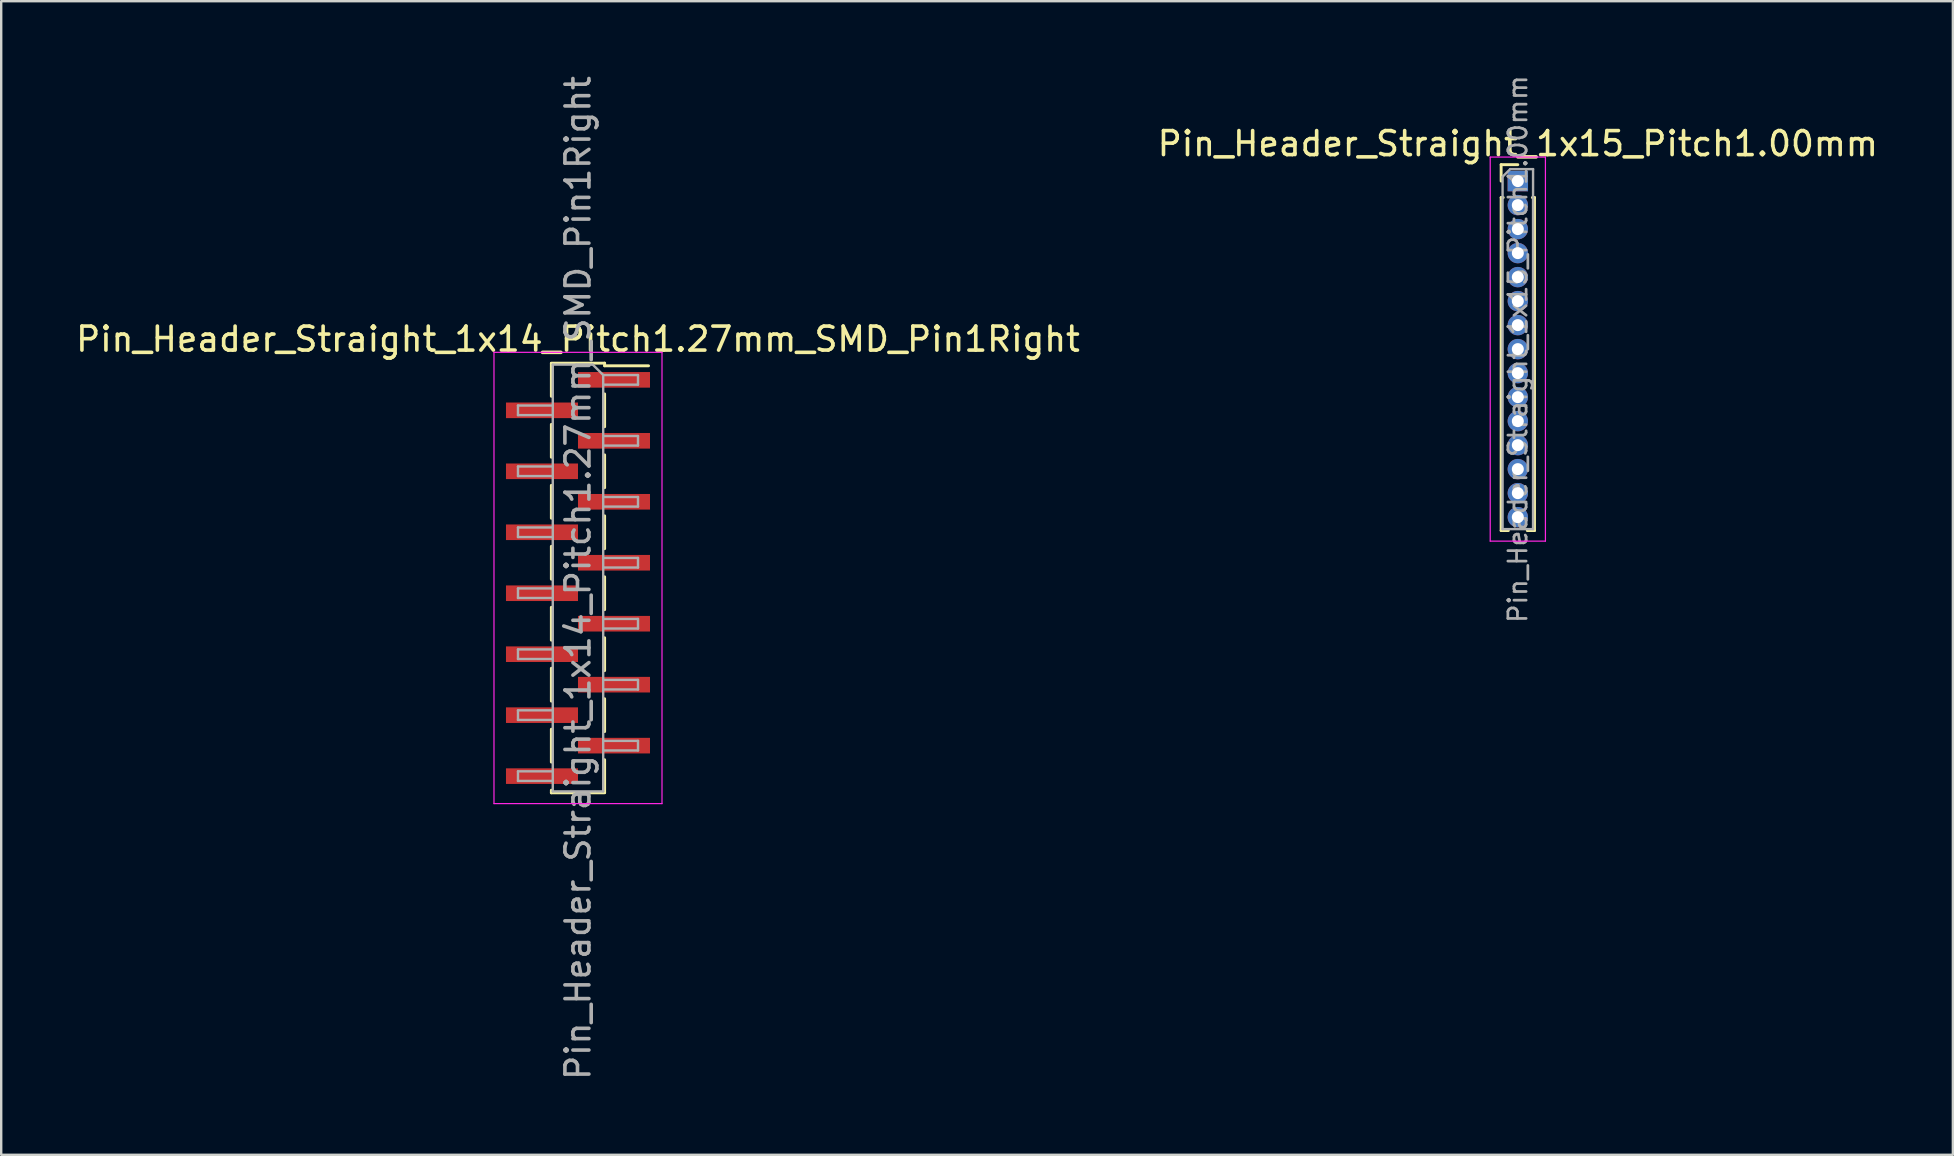
<source format=kicad_pcb>
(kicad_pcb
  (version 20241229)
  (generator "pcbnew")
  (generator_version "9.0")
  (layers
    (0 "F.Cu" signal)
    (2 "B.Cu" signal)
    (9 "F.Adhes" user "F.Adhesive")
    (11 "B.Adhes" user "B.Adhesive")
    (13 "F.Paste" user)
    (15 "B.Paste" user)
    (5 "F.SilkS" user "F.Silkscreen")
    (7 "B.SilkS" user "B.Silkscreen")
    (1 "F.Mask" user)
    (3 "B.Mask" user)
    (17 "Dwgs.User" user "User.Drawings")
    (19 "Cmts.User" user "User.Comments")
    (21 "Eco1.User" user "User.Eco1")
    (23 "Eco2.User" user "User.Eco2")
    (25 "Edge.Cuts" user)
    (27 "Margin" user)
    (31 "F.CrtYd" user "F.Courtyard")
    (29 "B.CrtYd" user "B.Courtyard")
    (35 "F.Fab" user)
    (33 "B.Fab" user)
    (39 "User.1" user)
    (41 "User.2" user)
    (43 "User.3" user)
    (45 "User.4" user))
  (footprint "Pin_Header_Straight_1x15_Pitch1.00mm"
    (layer "F.Cu")
    (at 60.185 4.495)
    (property "Reference" "Pin_Header_Straight_1x15_Pitch1.00mm" (at 0 -1.56 0) (layer "F.SilkS") (effects (font (size 1 1) (thickness 0.15))))
    (attr through_hole)
    (fp_line (start -0.695 -0.685) (end 0 -0.685) (stroke (width 0.12) (type solid)) (layer "F.SilkS"))
    (fp_line (start -0.695 0) (end -0.695 -0.685) (stroke (width 0.12) (type solid)) (layer "F.SilkS"))
    (fp_line (start -0.695 0.685) (end -0.695 14.56) (stroke (width 0.12) (type solid)) (layer "F.SilkS"))
    (fp_line (start -0.695 0.685) (end -0.608 0.685) (stroke (width 0.12) (type solid)) (layer "F.SilkS"))
    (fp_line (start -0.695 14.56) (end -0.394 14.56) (stroke (width 0.12) (type solid)) (layer "F.SilkS"))
    (fp_line (start 0.394 14.56) (end 0.695 14.56) (stroke (width 0.12) (type solid)) (layer "F.SilkS"))
    (fp_line (start 0.608 0.685) (end 0.695 0.685) (stroke (width 0.12) (type solid)) (layer "F.SilkS"))
    (fp_line (start 0.695 0.685) (end 0.695 14.56) (stroke (width 0.12) (type solid)) (layer "F.SilkS"))
    (fp_line (start -1.15 -1) (end -1.15 15) (stroke (width 0.05) (type solid)) (layer "F.CrtYd"))
    (fp_line (start -1.15 15) (end 1.15 15) (stroke (width 0.05) (type solid)) (layer "F.CrtYd"))
    (fp_line (start 1.15 -1) (end -1.15 -1) (stroke (width 0.05) (type solid)) (layer "F.CrtYd"))
    (fp_line (start 1.15 15) (end 1.15 -1) (stroke (width 0.05) (type solid)) (layer "F.CrtYd"))
    (fp_line (start -0.635 -0.182) (end -0.318 -0.5) (stroke (width 0.1) (type solid)) (layer "F.Fab"))
    (fp_line (start -0.635 14.5) (end -0.635 -0.182) (stroke (width 0.1) (type solid)) (layer "F.Fab"))
    (fp_line (start -0.318 -0.5) (end 0.635 -0.5) (stroke (width 0.1) (type solid)) (layer "F.Fab"))
    (fp_line (start 0.635 -0.5) (end 0.635 14.5) (stroke (width 0.1) (type solid)) (layer "F.Fab"))
    (fp_line (start 0.635 14.5) (end -0.635 14.5) (stroke (width 0.1) (type solid)) (layer "F.Fab"))
    (fp_text user "${REFERENCE}" (at 0 7 90) (layer "F.Fab") (effects (font (size 0.76 0.76) (thickness 0.114))))
    (pad "1" thru_hole rect (at 0 0) (size 0.85 0.85) (drill 0.5) (layers "*.Cu" "*.Mask"))
    (pad "2" thru_hole oval (at 0 1) (size 0.85 0.85) (drill 0.5) (layers "*.Cu" "*.Mask"))
    (pad "3" thru_hole oval (at 0 2) (size 0.85 0.85) (drill 0.5) (layers "*.Cu" "*.Mask"))
    (pad "4" thru_hole oval (at 0 3) (size 0.85 0.85) (drill 0.5) (layers "*.Cu" "*.Mask"))
    (pad "5" thru_hole oval (at 0 4) (size 0.85 0.85) (drill 0.5) (layers "*.Cu" "*.Mask"))
    (pad "6" thru_hole oval (at 0 5) (size 0.85 0.85) (drill 0.5) (layers "*.Cu" "*.Mask"))
    (pad "7" thru_hole oval (at 0 6) (size 0.85 0.85) (drill 0.5) (layers "*.Cu" "*.Mask"))
    (pad "8" thru_hole oval (at 0 7) (size 0.85 0.85) (drill 0.5) (layers "*.Cu" "*.Mask"))
    (pad "9" thru_hole oval (at 0 8) (size 0.85 0.85) (drill 0.5) (layers "*.Cu" "*.Mask"))
    (pad "10" thru_hole oval (at 0 9) (size 0.85 0.85) (drill 0.5) (layers "*.Cu" "*.Mask"))
    (pad "11" thru_hole oval (at 0 10) (size 0.85 0.85) (drill 0.5) (layers "*.Cu" "*.Mask"))
    (pad "12" thru_hole oval (at 0 11) (size 0.85 0.85) (drill 0.5) (layers "*.Cu" "*.Mask"))
    (pad "13" thru_hole oval (at 0 12) (size 0.85 0.85) (drill 0.5) (layers "*.Cu" "*.Mask"))
    (pad "14" thru_hole oval (at 0 13) (size 0.85 0.85) (drill 0.5) (layers "*.Cu" "*.Mask"))
    (pad "15" thru_hole oval (at 0 14) (size 0.85 0.85) (drill 0.5) (layers "*.Cu" "*.Mask")))
  (footprint "Pin_Header_Straight_1x14_Pitch1.27mm_SMD_Pin1Right"
    (layer "F.Cu")
    (at 21.03 21.03)
    (property "Reference" "Pin_Header_Straight_1x14_Pitch1.27mm_SMD_Pin1Right" (at 0 -9.95 0) (layer "F.SilkS") (effects (font (size 1 1) (thickness 0.15))))
    (attr smd)
    (fp_line (start -1.11 -8.95) (end 1.11 -8.95) (stroke (width 0.12) (type solid)) (layer "F.SilkS"))
    (fp_line (start -1.11 -8.94) (end -1.11 -7.57) (stroke (width 0.12) (type solid)) (layer "F.SilkS"))
    (fp_line (start -1.11 -6.4) (end -1.11 -5.03) (stroke (width 0.12) (type solid)) (layer "F.SilkS"))
    (fp_line (start -1.11 -3.86) (end -1.11 -2.49) (stroke (width 0.12) (type solid)) (layer "F.SilkS"))
    (fp_line (start -1.11 -1.32) (end -1.11 0.05) (stroke (width 0.12) (type solid)) (layer "F.SilkS"))
    (fp_line (start -1.11 1.22) (end -1.11 2.59) (stroke (width 0.12) (type solid)) (layer "F.SilkS"))
    (fp_line (start -1.11 3.76) (end -1.11 5.13) (stroke (width 0.12) (type solid)) (layer "F.SilkS"))
    (fp_line (start -1.11 6.3) (end -1.11 7.67) (stroke (width 0.12) (type solid)) (layer "F.SilkS"))
    (fp_line (start -1.11 8.84) (end -1.11 8.95) (stroke (width 0.12) (type solid)) (layer "F.SilkS"))
    (fp_line (start -1.11 8.95) (end 1.11 8.95) (stroke (width 0.12) (type solid)) (layer "F.SilkS"))
    (fp_line (start 1.11 -8.95) (end 1.11 -8.84) (stroke (width 0.12) (type solid)) (layer "F.SilkS"))
    (fp_line (start 1.11 -8.84) (end 2.94 -8.84) (stroke (width 0.12) (type solid)) (layer "F.SilkS"))
    (fp_line (start 1.11 -7.67) (end 1.11 -6.3) (stroke (width 0.12) (type solid)) (layer "F.SilkS"))
    (fp_line (start 1.11 -5.13) (end 1.11 -3.76) (stroke (width 0.12) (type solid)) (layer "F.SilkS"))
    (fp_line (start 1.11 -2.59) (end 1.11 -1.22) (stroke (width 0.12) (type solid)) (layer "F.SilkS"))
    (fp_line (start 1.11 -0.05) (end 1.11 1.32) (stroke (width 0.12) (type solid)) (layer "F.SilkS"))
    (fp_line (start 1.11 2.49) (end 1.11 3.86) (stroke (width 0.12) (type solid)) (layer "F.SilkS"))
    (fp_line (start 1.11 5.03) (end 1.11 6.4) (stroke (width 0.12) (type solid)) (layer "F.SilkS"))
    (fp_line (start 1.11 7.57) (end 1.11 8.94) (stroke (width 0.12) (type solid)) (layer "F.SilkS"))
    (fp_line (start -3.5 -9.4) (end -3.5 9.4) (stroke (width 0.05) (type solid)) (layer "F.CrtYd"))
    (fp_line (start -3.5 9.4) (end 3.5 9.4) (stroke (width 0.05) (type solid)) (layer "F.CrtYd"))
    (fp_line (start 3.5 -9.4) (end -3.5 -9.4) (stroke (width 0.05) (type solid)) (layer "F.CrtYd"))
    (fp_line (start 3.5 9.4) (end 3.5 -9.4) (stroke (width 0.05) (type solid)) (layer "F.CrtYd"))
    (fp_line (start -2.5 -7.185) (end -2.5 -6.785) (stroke (width 0.1) (type solid)) (layer "F.Fab"))
    (fp_line (start -2.5 -6.785) (end -1.05 -6.785) (stroke (width 0.1) (type solid)) (layer "F.Fab"))
    (fp_line (start -2.5 -4.645) (end -2.5 -4.245) (stroke (width 0.1) (type solid)) (layer "F.Fab"))
    (fp_line (start -2.5 -4.245) (end -1.05 -4.245) (stroke (width 0.1) (type solid)) (layer "F.Fab"))
    (fp_line (start -2.5 -2.105) (end -2.5 -1.705) (stroke (width 0.1) (type solid)) (layer "F.Fab"))
    (fp_line (start -2.5 -1.705) (end -1.05 -1.705) (stroke (width 0.1) (type solid)) (layer "F.Fab"))
    (fp_line (start -2.5 0.435) (end -2.5 0.835) (stroke (width 0.1) (type solid)) (layer "F.Fab"))
    (fp_line (start -2.5 0.835) (end -1.05 0.835) (stroke (width 0.1) (type solid)) (layer "F.Fab"))
    (fp_line (start -2.5 2.975) (end -2.5 3.375) (stroke (width 0.1) (type solid)) (layer "F.Fab"))
    (fp_line (start -2.5 3.375) (end -1.05 3.375) (stroke (width 0.1) (type solid)) (layer "F.Fab"))
    (fp_line (start -2.5 5.515) (end -2.5 5.915) (stroke (width 0.1) (type solid)) (layer "F.Fab"))
    (fp_line (start -2.5 5.915) (end -1.05 5.915) (stroke (width 0.1) (type solid)) (layer "F.Fab"))
    (fp_line (start -2.5 8.055) (end -2.5 8.455) (stroke (width 0.1) (type solid)) (layer "F.Fab"))
    (fp_line (start -2.5 8.455) (end -1.05 8.455) (stroke (width 0.1) (type solid)) (layer "F.Fab"))
    (fp_line (start -1.05 -8.89) (end -1.05 8.89) (stroke (width 0.1) (type solid)) (layer "F.Fab"))
    (fp_line (start -1.05 -8.89) (end 0.615 -8.89) (stroke (width 0.1) (type solid)) (layer "F.Fab"))
    (fp_line (start -1.05 -7.185) (end -2.5 -7.185) (stroke (width 0.1) (type solid)) (layer "F.Fab"))
    (fp_line (start -1.05 -4.645) (end -2.5 -4.645) (stroke (width 0.1) (type solid)) (layer "F.Fab"))
    (fp_line (start -1.05 -2.105) (end -2.5 -2.105) (stroke (width 0.1) (type solid)) (layer "F.Fab"))
    (fp_line (start -1.05 0.435) (end -2.5 0.435) (stroke (width 0.1) (type solid)) (layer "F.Fab"))
    (fp_line (start -1.05 2.975) (end -2.5 2.975) (stroke (width 0.1) (type solid)) (layer "F.Fab"))
    (fp_line (start -1.05 5.515) (end -2.5 5.515) (stroke (width 0.1) (type solid)) (layer "F.Fab"))
    (fp_line (start -1.05 8.055) (end -2.5 8.055) (stroke (width 0.1) (type solid)) (layer "F.Fab"))
    (fp_line (start 1.05 -8.455) (end 0.615 -8.89) (stroke (width 0.1) (type solid)) (layer "F.Fab"))
    (fp_line (start 1.05 -8.455) (end 2.5 -8.455) (stroke (width 0.1) (type solid)) (layer "F.Fab"))
    (fp_line (start 1.05 -5.915) (end 2.5 -5.915) (stroke (width 0.1) (type solid)) (layer "F.Fab"))
    (fp_line (start 1.05 -3.375) (end 2.5 -3.375) (stroke (width 0.1) (type solid)) (layer "F.Fab"))
    (fp_line (start 1.05 -0.835) (end 2.5 -0.835) (stroke (width 0.1) (type solid)) (layer "F.Fab"))
    (fp_line (start 1.05 1.705) (end 2.5 1.705) (stroke (width 0.1) (type solid)) (layer "F.Fab"))
    (fp_line (start 1.05 4.245) (end 2.5 4.245) (stroke (width 0.1) (type solid)) (layer "F.Fab"))
    (fp_line (start 1.05 6.785) (end 2.5 6.785) (stroke (width 0.1) (type solid)) (layer "F.Fab"))
    (fp_line (start 1.05 8.89) (end -1.05 8.89) (stroke (width 0.1) (type solid)) (layer "F.Fab"))
    (fp_line (start 1.05 8.89) (end 1.05 -8.455) (stroke (width 0.1) (type solid)) (layer "F.Fab"))
    (fp_line (start 2.5 -8.455) (end 2.5 -8.055) (stroke (width 0.1) (type solid)) (layer "F.Fab"))
    (fp_line (start 2.5 -8.055) (end 1.05 -8.055) (stroke (width 0.1) (type solid)) (layer "F.Fab"))
    (fp_line (start 2.5 -5.915) (end 2.5 -5.515) (stroke (width 0.1) (type solid)) (layer "F.Fab"))
    (fp_line (start 2.5 -5.515) (end 1.05 -5.515) (stroke (width 0.1) (type solid)) (layer "F.Fab"))
    (fp_line (start 2.5 -3.375) (end 2.5 -2.975) (stroke (width 0.1) (type solid)) (layer "F.Fab"))
    (fp_line (start 2.5 -2.975) (end 1.05 -2.975) (stroke (width 0.1) (type solid)) (layer "F.Fab"))
    (fp_line (start 2.5 -0.835) (end 2.5 -0.435) (stroke (width 0.1) (type solid)) (layer "F.Fab"))
    (fp_line (start 2.5 -0.435) (end 1.05 -0.435) (stroke (width 0.1) (type solid)) (layer "F.Fab"))
    (fp_line (start 2.5 1.705) (end 2.5 2.105) (stroke (width 0.1) (type solid)) (layer "F.Fab"))
    (fp_line (start 2.5 2.105) (end 1.05 2.105) (stroke (width 0.1) (type solid)) (layer "F.Fab"))
    (fp_line (start 2.5 4.245) (end 2.5 4.645) (stroke (width 0.1) (type solid)) (layer "F.Fab"))
    (fp_line (start 2.5 4.645) (end 1.05 4.645) (stroke (width 0.1) (type solid)) (layer "F.Fab"))
    (fp_line (start 2.5 6.785) (end 2.5 7.185) (stroke (width 0.1) (type solid)) (layer "F.Fab"))
    (fp_line (start 2.5 7.185) (end 1.05 7.185) (stroke (width 0.1) (type solid)) (layer "F.Fab"))
    (fp_text user "${REFERENCE}" (at 0 0 90) (layer "F.Fab") (effects (font (size 1 1) (thickness 0.15))))
    (pad "1" smd rect (at 1.5 -8.255) (size 3 0.65) (layers "F.Cu" "F.Mask" "F.Paste"))
    (pad "2" smd rect (at -1.5 -6.985) (size 3 0.65) (layers "F.Cu" "F.Mask" "F.Paste"))
    (pad "3" smd rect (at 1.5 -5.715) (size 3 0.65) (layers "F.Cu" "F.Mask" "F.Paste"))
    (pad "4" smd rect (at -1.5 -4.445) (size 3 0.65) (layers "F.Cu" "F.Mask" "F.Paste"))
    (pad "5" smd rect (at 1.5 -3.175) (size 3 0.65) (layers "F.Cu" "F.Mask" "F.Paste"))
    (pad "6" smd rect (at -1.5 -1.905) (size 3 0.65) (layers "F.Cu" "F.Mask" "F.Paste"))
    (pad "7" smd rect (at 1.5 -0.635) (size 3 0.65) (layers "F.Cu" "F.Mask" "F.Paste"))
    (pad "8" smd rect (at -1.5 0.635) (size 3 0.65) (layers "F.Cu" "F.Mask" "F.Paste"))
    (pad "9" smd rect (at 1.5 1.905) (size 3 0.65) (layers "F.Cu" "F.Mask" "F.Paste"))
    (pad "10" smd rect (at -1.5 3.175) (size 3 0.65) (layers "F.Cu" "F.Mask" "F.Paste"))
    (pad "11" smd rect (at 1.5 4.445) (size 3 0.65) (layers "F.Cu" "F.Mask" "F.Paste"))
    (pad "12" smd rect (at -1.5 5.715) (size 3 0.65) (layers "F.Cu" "F.Mask" "F.Paste"))
    (pad "13" smd rect (at 1.5 6.985) (size 3 0.65) (layers "F.Cu" "F.Mask" "F.Paste"))
    (pad "14" smd rect (at -1.5 8.255) (size 3 0.65) (layers "F.Cu" "F.Mask" "F.Paste")))
  (gr_rect
    (start -3 -3)
    (end 78.31 45.06)
    (stroke (width 0.1) (type default))
    (fill no)
    (layer "Edge.Cuts")))
</source>
